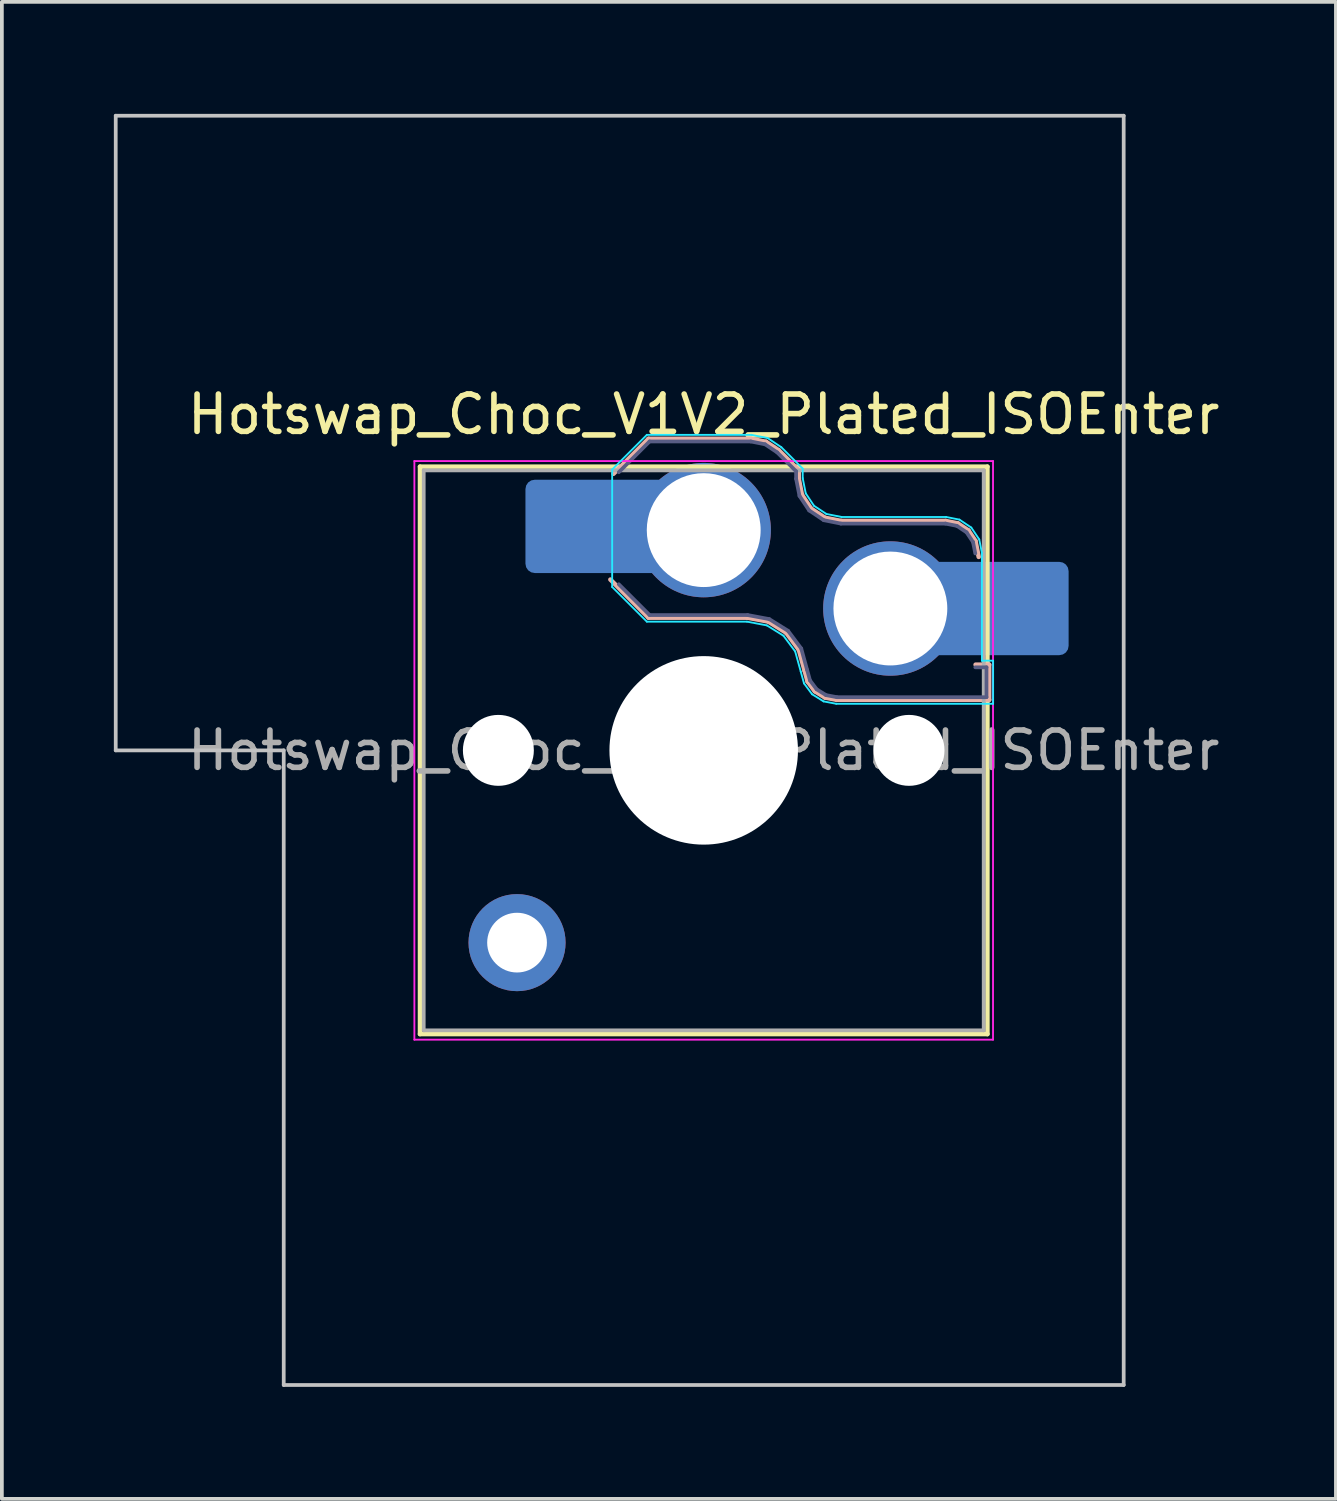
<source format=kicad_pcb>
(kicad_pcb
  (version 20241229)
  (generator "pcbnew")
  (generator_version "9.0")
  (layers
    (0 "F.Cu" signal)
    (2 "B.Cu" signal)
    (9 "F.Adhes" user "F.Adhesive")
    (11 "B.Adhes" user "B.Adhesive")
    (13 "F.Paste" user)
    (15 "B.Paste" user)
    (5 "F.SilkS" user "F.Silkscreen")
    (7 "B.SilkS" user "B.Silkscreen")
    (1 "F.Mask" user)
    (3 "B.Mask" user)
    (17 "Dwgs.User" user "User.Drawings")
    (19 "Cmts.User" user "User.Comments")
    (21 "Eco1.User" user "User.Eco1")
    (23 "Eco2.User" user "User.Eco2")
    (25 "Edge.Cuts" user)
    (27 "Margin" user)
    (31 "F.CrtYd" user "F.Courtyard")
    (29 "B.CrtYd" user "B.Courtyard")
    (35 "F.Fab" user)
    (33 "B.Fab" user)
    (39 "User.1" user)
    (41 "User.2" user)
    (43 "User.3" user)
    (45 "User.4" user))
  (footprint "Hotswap_Choc_V1V2_Plated_ISOEnter"
    (layer "F.Cu")
    (at 15.8 17.05)
    (property "Reference" "Hotswap_Choc_V1V2_Plated_ISOEnter" (at 0 -9 0) (layer "F.SilkS") (effects (font (size 1 1) (thickness 0.15))))
    (attr smd)
    (fp_line (start -7.6 -7.6) (end -7.6 7.6) (stroke (width 0.12) (type solid)) (layer "F.SilkS"))
    (fp_line (start -7.6 7.6) (end 7.6 7.6) (stroke (width 0.12) (type solid)) (layer "F.SilkS"))
    (fp_line (start 7.6 -7.6) (end -7.6 -7.6) (stroke (width 0.12) (type solid)) (layer "F.SilkS"))
    (fp_line (start 7.6 7.6) (end 7.6 -7.6) (stroke (width 0.12) (type solid)) (layer "F.SilkS"))
    (fp_line (start -2.416 -7.409) (end -1.479 -8.346) (stroke (width 0.12) (type solid)) (layer "B.SilkS"))
    (fp_line (start -1.479 -8.346) (end 1.268 -8.346) (stroke (width 0.12) (type solid)) (layer "B.SilkS"))
    (fp_line (start -1.479 -3.554) (end -2.5 -4.575) (stroke (width 0.12) (type solid)) (layer "B.SilkS"))
    (fp_line (start 1.168 -3.554) (end -1.479 -3.554) (stroke (width 0.12) (type solid)) (layer "B.SilkS"))
    (fp_line (start 1.268 -8.346) (end 1.671 -8.266) (stroke (width 0.12) (type solid)) (layer "B.SilkS"))
    (fp_line (start 1.671 -8.266) (end 2.013 -8.037) (stroke (width 0.12) (type solid)) (layer "B.SilkS"))
    (fp_line (start 1.73 -3.449) (end 1.168 -3.554) (stroke (width 0.12) (type solid)) (layer "B.SilkS"))
    (fp_line (start 2.013 -8.037) (end 2.546 -7.504) (stroke (width 0.12) (type solid)) (layer "B.SilkS"))
    (fp_line (start 2.209 -3.15) (end 1.73 -3.449) (stroke (width 0.12) (type solid)) (layer "B.SilkS"))
    (fp_line (start 2.546 -7.504) (end 2.546 -7.282) (stroke (width 0.12) (type solid)) (layer "B.SilkS"))
    (fp_line (start 2.546 -7.282) (end 2.633 -6.844) (stroke (width 0.12) (type solid)) (layer "B.SilkS"))
    (fp_line (start 2.547 -2.697) (end 2.209 -3.15) (stroke (width 0.12) (type solid)) (layer "B.SilkS"))
    (fp_line (start 2.633 -6.844) (end 2.877 -6.477) (stroke (width 0.12) (type solid)) (layer "B.SilkS"))
    (fp_line (start 2.701 -2.139) (end 2.547 -2.697) (stroke (width 0.12) (type solid)) (layer "B.SilkS"))
    (fp_line (start 2.783 -1.841) (end 2.701 -2.139) (stroke (width 0.12) (type solid)) (layer "B.SilkS"))
    (fp_line (start 2.877 -6.477) (end 3.244 -6.233) (stroke (width 0.12) (type solid)) (layer "B.SilkS"))
    (fp_line (start 2.976 -1.583) (end 2.783 -1.841) (stroke (width 0.12) (type solid)) (layer "B.SilkS"))
    (fp_line (start 3.244 -6.233) (end 3.682 -6.146) (stroke (width 0.12) (type solid)) (layer "B.SilkS"))
    (fp_line (start 3.25 -1.413) (end 2.976 -1.583) (stroke (width 0.12) (type solid)) (layer "B.SilkS"))
    (fp_line (start 3.56 -1.354) (end 3.25 -1.413) (stroke (width 0.12) (type solid)) (layer "B.SilkS"))
    (fp_line (start 3.682 -6.146) (end 6.482 -6.146) (stroke (width 0.12) (type solid)) (layer "B.SilkS"))
    (fp_line (start 6.482 -6.146) (end 6.809 -6.081) (stroke (width 0.12) (type solid)) (layer "B.SilkS"))
    (fp_line (start 6.809 -6.081) (end 7.092 -5.892) (stroke (width 0.12) (type solid)) (layer "B.SilkS"))
    (fp_line (start 7.092 -5.892) (end 7.281 -5.609) (stroke (width 0.12) (type solid)) (layer "B.SilkS"))
    (fp_line (start 7.281 -5.609) (end 7.366 -5.182) (stroke (width 0.12) (type solid)) (layer "B.SilkS"))
    (fp_line (start 7.283 -2.296) (end 7.646 -2.296) (stroke (width 0.12) (type solid)) (layer "B.SilkS"))
    (fp_line (start 7.646 -2.296) (end 7.646 -1.354) (stroke (width 0.12) (type solid)) (layer "B.SilkS"))
    (fp_line (start 7.646 -1.354) (end 3.56 -1.354) (stroke (width 0.12) (type solid)) (layer "B.SilkS"))
    (fp_line (start -15.75 -17) (end -15.75 0) (stroke (width 0.1) (type solid)) (layer "Dwgs.User"))
    (fp_line (start -15.75 0) (end -11.25 0) (stroke (width 0.1) (type solid)) (layer "Dwgs.User"))
    (fp_line (start -11.25 0) (end -11.25 17) (stroke (width 0.1) (type solid)) (layer "Dwgs.User"))
    (fp_line (start -11.25 17) (end 11.25 17) (stroke (width 0.1) (type solid)) (layer "Dwgs.User"))
    (fp_line (start 11.25 -17) (end -15.75 -17) (stroke (width 0.1) (type solid)) (layer "Dwgs.User"))
    (fp_line (start 11.25 17) (end 11.25 -17) (stroke (width 0.1) (type solid)) (layer "Dwgs.User"))
    (fp_line (start -7.25 -7.25) (end -7.25 7.25) (stroke (width 0.1) (type solid)) (layer "Eco1.User"))
    (fp_line (start -7.25 7.25) (end 7.25 7.25) (stroke (width 0.1) (type solid)) (layer "Eco1.User"))
    (fp_line (start 7.25 -7.25) (end -7.25 -7.25) (stroke (width 0.1) (type solid)) (layer "Eco1.User"))
    (fp_line (start 7.25 7.25) (end 7.25 -7.25) (stroke (width 0.1) (type solid)) (layer "Eco1.User"))
    (fp_line (start -2.452 -7.523) (end -1.523 -8.452) (stroke (width 0.05) (type solid)) (layer "B.CrtYd"))
    (fp_line (start -2.452 -4.377) (end -2.452 -7.523) (stroke (width 0.05) (type solid)) (layer "B.CrtYd"))
    (fp_line (start -1.523 -8.452) (end 1.278 -8.452) (stroke (width 0.05) (type solid)) (layer "B.CrtYd"))
    (fp_line (start -1.523 -3.448) (end -2.452 -4.377) (stroke (width 0.05) (type solid)) (layer "B.CrtYd"))
    (fp_line (start 1.159 -3.448) (end -1.523 -3.448) (stroke (width 0.05) (type solid)) (layer "B.CrtYd"))
    (fp_line (start 1.278 -8.452) (end 1.712 -8.366) (stroke (width 0.05) (type solid)) (layer "B.CrtYd"))
    (fp_line (start 1.691 -3.348) (end 1.159 -3.448) (stroke (width 0.05) (type solid)) (layer "B.CrtYd"))
    (fp_line (start 1.712 -8.366) (end 2.081 -8.119) (stroke (width 0.05) (type solid)) (layer "B.CrtYd"))
    (fp_line (start 2.081 -8.119) (end 2.652 -7.548) (stroke (width 0.05) (type solid)) (layer "B.CrtYd"))
    (fp_line (start 2.136 -3.071) (end 1.691 -3.348) (stroke (width 0.05) (type solid)) (layer "B.CrtYd"))
    (fp_line (start 2.45 -2.65) (end 2.136 -3.071) (stroke (width 0.05) (type solid)) (layer "B.CrtYd"))
    (fp_line (start 2.599 -2.111) (end 2.45 -2.65) (stroke (width 0.05) (type solid)) (layer "B.CrtYd"))
    (fp_line (start 2.652 -7.548) (end 2.652 -7.292) (stroke (width 0.05) (type solid)) (layer "B.CrtYd"))
    (fp_line (start 2.652 -7.292) (end 2.733 -6.885) (stroke (width 0.05) (type solid)) (layer "B.CrtYd"))
    (fp_line (start 2.687 -1.794) (end 2.599 -2.111) (stroke (width 0.05) (type solid)) (layer "B.CrtYd"))
    (fp_line (start 2.733 -6.885) (end 2.953 -6.553) (stroke (width 0.05) (type solid)) (layer "B.CrtYd"))
    (fp_line (start 2.903 -1.503) (end 2.687 -1.794) (stroke (width 0.05) (type solid)) (layer "B.CrtYd"))
    (fp_line (start 2.953 -6.553) (end 3.285 -6.333) (stroke (width 0.05) (type solid)) (layer "B.CrtYd"))
    (fp_line (start 3.211 -1.312) (end 2.903 -1.503) (stroke (width 0.05) (type solid)) (layer "B.CrtYd"))
    (fp_line (start 3.285 -6.333) (end 3.692 -6.252) (stroke (width 0.05) (type solid)) (layer "B.CrtYd"))
    (fp_line (start 3.55 -1.248) (end 3.211 -1.312) (stroke (width 0.05) (type solid)) (layer "B.CrtYd"))
    (fp_line (start 3.692 -6.252) (end 6.492 -6.252) (stroke (width 0.05) (type solid)) (layer "B.CrtYd"))
    (fp_line (start 6.492 -6.252) (end 6.85 -6.181) (stroke (width 0.05) (type solid)) (layer "B.CrtYd"))
    (fp_line (start 6.85 -6.181) (end 7.168 -5.968) (stroke (width 0.05) (type solid)) (layer "B.CrtYd"))
    (fp_line (start 7.168 -5.968) (end 7.381 -5.65) (stroke (width 0.05) (type solid)) (layer "B.CrtYd"))
    (fp_line (start 7.381 -5.65) (end 7.452 -5.292) (stroke (width 0.05) (type solid)) (layer "B.CrtYd"))
    (fp_line (start 7.452 -5.292) (end 7.452 -2.402) (stroke (width 0.05) (type solid)) (layer "B.CrtYd"))
    (fp_line (start 7.452 -2.402) (end 7.752 -2.402) (stroke (width 0.05) (type solid)) (layer "B.CrtYd"))
    (fp_line (start 7.752 -2.402) (end 7.752 -1.248) (stroke (width 0.05) (type solid)) (layer "B.CrtYd"))
    (fp_line (start 7.752 -1.248) (end 3.55 -1.248) (stroke (width 0.05) (type solid)) (layer "B.CrtYd"))
    (fp_line (start -7.75 -7.75) (end -7.75 7.75) (stroke (width 0.05) (type solid)) (layer "F.CrtYd"))
    (fp_line (start -7.75 7.75) (end 7.75 7.75) (stroke (width 0.05) (type solid)) (layer "F.CrtYd"))
    (fp_line (start 7.75 -7.75) (end -7.75 -7.75) (stroke (width 0.05) (type solid)) (layer "F.CrtYd"))
    (fp_line (start 7.75 7.75) (end 7.75 -7.75) (stroke (width 0.05) (type solid)) (layer "F.CrtYd"))
    (fp_line (start -2.275 -7.45) (end -1.45 -8.275) (stroke (width 0.1) (type solid)) (layer "B.Fab"))
    (fp_line (start -1.45 -8.275) (end 1.261 -8.275) (stroke (width 0.1) (type solid)) (layer "B.Fab"))
    (fp_line (start -1.45 -3.625) (end -2.275 -4.45) (stroke (width 0.1) (type solid)) (layer "B.Fab"))
    (fp_line (start 1.175 -3.625) (end -1.45 -3.625) (stroke (width 0.1) (type solid)) (layer "B.Fab"))
    (fp_line (start 1.261 -8.275) (end 1.643 -8.199) (stroke (width 0.1) (type solid)) (layer "B.Fab"))
    (fp_line (start 1.643 -8.199) (end 1.968 -7.982) (stroke (width 0.1) (type solid)) (layer "B.Fab"))
    (fp_line (start 1.756 -3.516) (end 1.175 -3.625) (stroke (width 0.1) (type solid)) (layer "B.Fab"))
    (fp_line (start 1.968 -7.982) (end 2.475 -7.475) (stroke (width 0.1) (type solid)) (layer "B.Fab"))
    (fp_line (start 2.258 -3.203) (end 1.756 -3.516) (stroke (width 0.1) (type solid)) (layer "B.Fab"))
    (fp_line (start 2.475 -7.475) (end 2.475 -7.275) (stroke (width 0.1) (type solid)) (layer "B.Fab"))
    (fp_line (start 2.475 -7.275) (end 2.566 -6.816) (stroke (width 0.1) (type solid)) (layer "B.Fab"))
    (fp_line (start 2.566 -6.816) (end 2.826 -6.426) (stroke (width 0.1) (type solid)) (layer "B.Fab"))
    (fp_line (start 2.612 -2.729) (end 2.258 -3.203) (stroke (width 0.1) (type solid)) (layer "B.Fab"))
    (fp_line (start 2.769 -2.158) (end 2.612 -2.729) (stroke (width 0.1) (type solid)) (layer "B.Fab"))
    (fp_line (start 2.826 -6.426) (end 3.216 -6.166) (stroke (width 0.1) (type solid)) (layer "B.Fab"))
    (fp_line (start 2.848 -1.873) (end 2.769 -2.158) (stroke (width 0.1) (type solid)) (layer "B.Fab"))
    (fp_line (start 3.025 -1.636) (end 2.848 -1.873) (stroke (width 0.1) (type solid)) (layer "B.Fab"))
    (fp_line (start 3.216 -6.166) (end 3.675 -6.075) (stroke (width 0.1) (type solid)) (layer "B.Fab"))
    (fp_line (start 3.276 -1.48) (end 3.025 -1.636) (stroke (width 0.1) (type solid)) (layer "B.Fab"))
    (fp_line (start 3.567 -1.425) (end 3.276 -1.48) (stroke (width 0.1) (type solid)) (layer "B.Fab"))
    (fp_line (start 3.675 -6.075) (end 6.475 -6.075) (stroke (width 0.1) (type solid)) (layer "B.Fab"))
    (fp_line (start 6.475 -6.075) (end 6.781 -6.014) (stroke (width 0.1) (type solid)) (layer "B.Fab"))
    (fp_line (start 6.781 -6.014) (end 7.041 -5.841) (stroke (width 0.1) (type solid)) (layer "B.Fab"))
    (fp_line (start 7.041 -5.841) (end 7.214 -5.581) (stroke (width 0.1) (type solid)) (layer "B.Fab"))
    (fp_line (start 7.214 -5.581) (end 7.275 -5.275) (stroke (width 0.1) (type solid)) (layer "B.Fab"))
    (fp_line (start 7.275 -2.225) (end 7.575 -2.225) (stroke (width 0.1) (type solid)) (layer "B.Fab"))
    (fp_line (start 7.575 -2.225) (end 7.575 -1.425) (stroke (width 0.1) (type solid)) (layer "B.Fab"))
    (fp_line (start 7.575 -1.425) (end 3.567 -1.425) (stroke (width 0.1) (type solid)) (layer "B.Fab"))
    (fp_line (start -7.5 -7.5) (end -7.5 7.5) (stroke (width 0.1) (type solid)) (layer "F.Fab"))
    (fp_line (start -7.5 7.5) (end 7.5 7.5) (stroke (width 0.1) (type solid)) (layer "F.Fab"))
    (fp_line (start 7.5 -7.5) (end -7.5 -7.5) (stroke (width 0.1) (type solid)) (layer "F.Fab"))
    (fp_line (start 7.5 7.5) (end 7.5 -7.5) (stroke (width 0.1) (type solid)) (layer "F.Fab"))
    (fp_text user "${REFERENCE}" (at 0 0 0) (layer "F.Fab") (effects (font (size 1 1) (thickness 0.15))))
    (pad "" np_thru_hole circle (at -5.5 0) (size 1.9 1.9) (drill 1.9) (layers "*.Cu" "*.Mask"))
    (pad "" thru_hole circle (at -5 5.15) (size 2.6 2.6) (drill 1.6) (layers "*.Cu" "*.Mask"))
    (pad "" smd roundrect (at -3.5 -6) (size 2.55 2.5) (layers "B.Mask" "B.Paste") (roundrect_rratio 0.1))
    (pad "" np_thru_hole circle (at 0 0) (size 5.05 5.05) (drill 5.05) (layers "*.Cu" "*.Mask"))
    (pad "" np_thru_hole circle (at 5.5 0) (size 1.9 1.9) (drill 1.9) (layers "*.Cu" "*.Mask"))
    (pad "" smd roundrect (at 8.5 -3.8) (size 2.55 2.5) (layers "B.Mask" "B.Paste") (roundrect_rratio 0.1))
    (pad "1" smd roundrect (at -2.85 -6) (size 3.85 2.5) (layers "B.Cu") (roundrect_rratio 0.1))
    (pad "1" thru_hole circle (at 0 -5.9) (size 3.6 3.6) (drill 3.05) (layers "*.Cu" "*.Mask"))
    (pad "2" thru_hole circle (at 5 -3.8) (size 3.6 3.6) (drill 3.05) (layers "*.Cu" "*.Mask"))
    (pad "2" smd roundrect (at 7.85 -3.8) (size 3.85 2.5) (layers "B.Cu") (roundrect_rratio 0.1)))
  (gr_rect
    (start -3 -3)
    (end 32.735 37.1)
    (stroke (width 0.1) (type default))
    (fill no)
    (layer "Edge.Cuts")))
</source>
